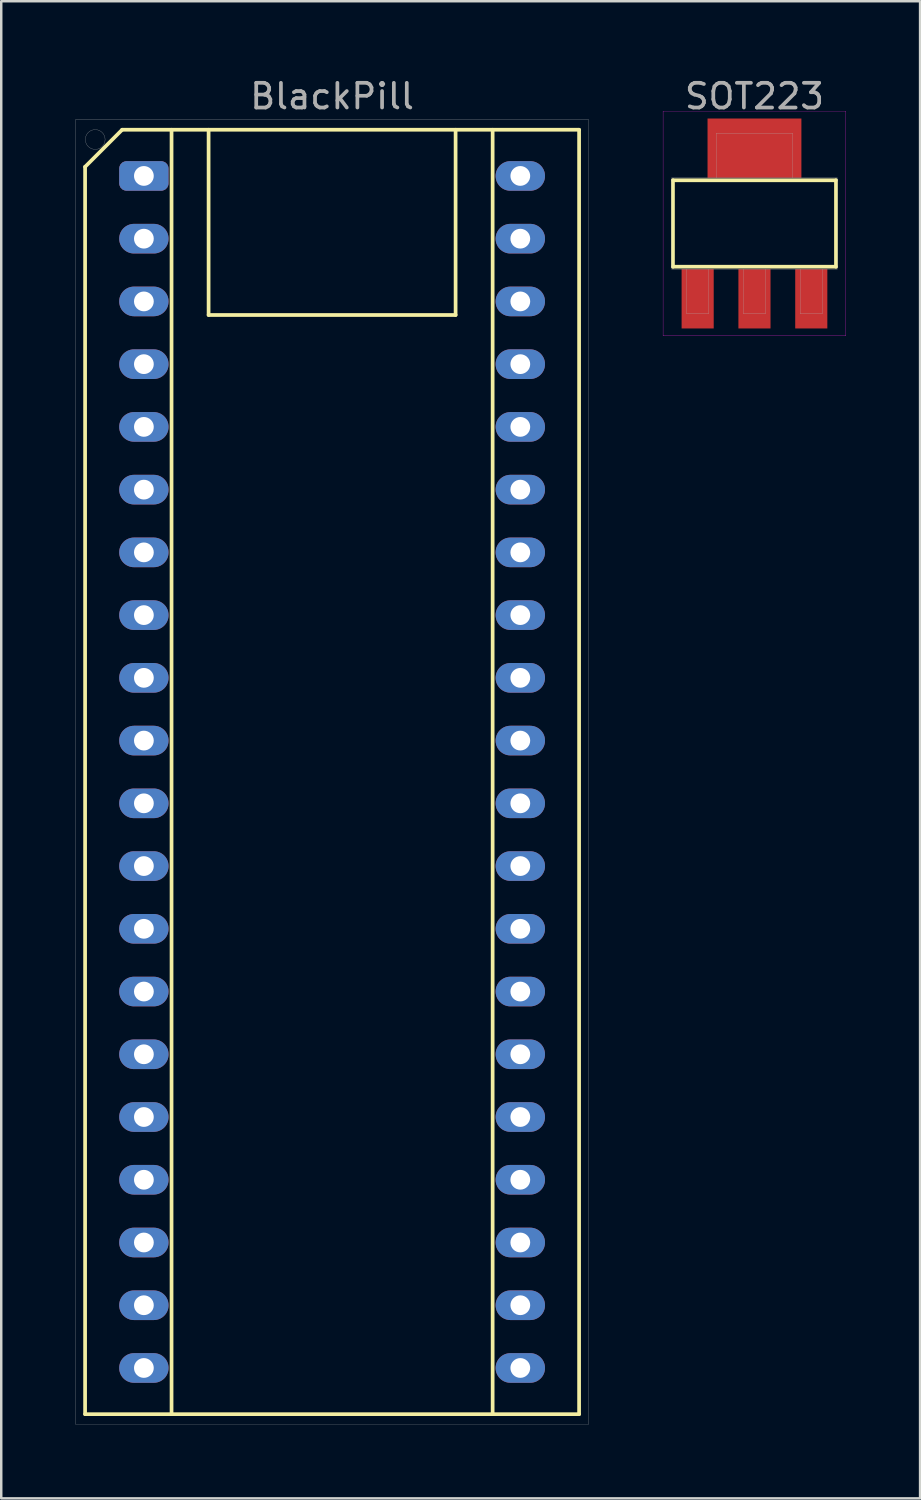
<source format=kicad_pcb>
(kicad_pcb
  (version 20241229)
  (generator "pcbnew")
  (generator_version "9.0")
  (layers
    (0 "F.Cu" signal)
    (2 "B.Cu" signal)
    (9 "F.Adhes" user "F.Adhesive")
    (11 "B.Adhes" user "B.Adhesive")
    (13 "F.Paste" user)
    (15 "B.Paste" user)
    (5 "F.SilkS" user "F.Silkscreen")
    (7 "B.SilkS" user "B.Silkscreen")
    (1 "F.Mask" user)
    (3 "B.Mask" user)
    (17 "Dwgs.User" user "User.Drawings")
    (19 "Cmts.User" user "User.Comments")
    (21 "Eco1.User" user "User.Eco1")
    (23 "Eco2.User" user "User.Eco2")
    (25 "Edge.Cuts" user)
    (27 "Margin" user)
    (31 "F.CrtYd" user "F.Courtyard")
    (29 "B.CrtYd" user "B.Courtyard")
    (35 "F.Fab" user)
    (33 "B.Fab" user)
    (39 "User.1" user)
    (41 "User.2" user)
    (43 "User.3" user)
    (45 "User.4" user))
  (footprint "SOT223"
    (layer "F.Cu")
    (at 27.495 9.048)
    (property "Reference" "SOT223" (at 0 -8.2 180) (layer "F.Fab") (effects (font (size 1 1) (thickness 0.15))))
    (attr through_hole)
    (fp_line (start -3.3 -4.8) (end -3.3 -1.3) (stroke (width 0.15) (type solid)) (layer "F.SilkS"))
    (fp_line (start -3.3 -1.3) (end 3.3 -1.3) (stroke (width 0.15) (type solid)) (layer "F.SilkS"))
    (fp_line (start 3.3 -4.8) (end -3.3 -4.8) (stroke (width 0.15) (type solid)) (layer "F.SilkS"))
    (fp_line (start 3.3 -1.3) (end 3.3 -4.8) (stroke (width 0.15) (type solid)) (layer "F.SilkS"))
    (fp_line (start -3.7 -7.6) (end -3.7 1.5) (stroke (width 0.01) (type solid)) (layer "F.CrtYd"))
    (fp_line (start -3.7 1.5) (end 3.7 1.5) (stroke (width 0.01) (type solid)) (layer "F.CrtYd"))
    (fp_line (start 3.7 -7.6) (end -3.7 -7.6) (stroke (width 0.01) (type solid)) (layer "F.CrtYd"))
    (fp_line (start 3.7 1.5) (end 3.7 -7.6) (stroke (width 0.01) (type solid)) (layer "F.CrtYd"))
    (fp_line (start -3.35 -4.9) (end 3.35 -4.9) (stroke (width 0.01) (type solid)) (layer "F.Fab"))
    (fp_line (start -3.35 -1.2) (end -3.35 -4.9) (stroke (width 0.01) (type solid)) (layer "F.Fab"))
    (fp_line (start -2.75 -1.2) (end -2.75 0.6) (stroke (width 0.01) (type solid)) (layer "F.Fab"))
    (fp_line (start -2.75 0.6) (end -1.85 0.6) (stroke (width 0.01) (type solid)) (layer "F.Fab"))
    (fp_line (start -1.85 0.6) (end -1.85 -1.2) (stroke (width 0.01) (type solid)) (layer "F.Fab"))
    (fp_line (start -1.55 -6.7) (end 1.55 -6.7) (stroke (width 0.01) (type solid)) (layer "F.Fab"))
    (fp_line (start -1.55 -4.9) (end -1.55 -6.7) (stroke (width 0.01) (type solid)) (layer "F.Fab"))
    (fp_line (start -0.45 -1.2) (end -0.45 0.6) (stroke (width 0.01) (type solid)) (layer "F.Fab"))
    (fp_line (start -0.45 0.6) (end 0.45 0.6) (stroke (width 0.01) (type solid)) (layer "F.Fab"))
    (fp_line (start 0.45 0.6) (end 0.45 -1.2) (stroke (width 0.01) (type solid)) (layer "F.Fab"))
    (fp_line (start 1.55 -6.7) (end 1.55 -4.9) (stroke (width 0.01) (type solid)) (layer "F.Fab"))
    (fp_line (start 1.85 -1.2) (end 1.85 0.6) (stroke (width 0.01) (type solid)) (layer "F.Fab"))
    (fp_line (start 1.85 0.6) (end 2.75 0.6) (stroke (width 0.01) (type solid)) (layer "F.Fab"))
    (fp_line (start 2.75 0.6) (end 2.75 -1.2) (stroke (width 0.01) (type solid)) (layer "F.Fab"))
    (fp_line (start 3.35 -4.9) (end 3.35 -1.2) (stroke (width 0.01) (type solid)) (layer "F.Fab"))
    (fp_line (start 3.35 -1.2) (end -3.35 -1.2) (stroke (width 0.01) (type solid)) (layer "F.Fab"))
    (pad "1" smd rect (at -2.3 0) (size 1.3 2.4) (layers "F.Cu" "F.Mask" "F.Paste"))
    (pad "2" smd rect (at 0 -6.1) (size 3.8 2.4) (layers "F.Cu" "F.Mask" "F.Paste"))
    (pad "2" smd rect (at 0 0) (size 1.3 2.4) (layers "F.Cu" "F.Mask" "F.Paste"))
    (pad "3" smd rect (at 2.3 0) (size 1.3 2.4) (layers "F.Cu" "F.Mask" "F.Paste")))
  (footprint "BlackPill"
    (layer "F.Cu")
    (at 10.395 28.203)
    (property "Reference" "BlackPill" (at 0 -27.355 0) (layer "F.Fab") (effects (font (size 1 1) (thickness 0.15))))
    (attr through_hole)
    (fp_line (start -10 -24.5) (end -8.5 -26) (stroke (width 0.15) (type solid)) (layer "F.SilkS"))
    (fp_line (start -10 26) (end -10 -24.5) (stroke (width 0.15) (type solid)) (layer "F.SilkS"))
    (fp_line (start -8.5 -26) (end 10 -26) (stroke (width 0.15) (type solid)) (layer "F.SilkS"))
    (fp_line (start -6.5 -26) (end -6.5 26) (stroke (width 0.15) (type solid)) (layer "F.SilkS"))
    (fp_line (start -5 -26) (end -5 -18.5) (stroke (width 0.15) (type solid)) (layer "F.SilkS"))
    (fp_line (start -5 -18.5) (end 5 -18.5) (stroke (width 0.15) (type solid)) (layer "F.SilkS"))
    (fp_line (start 5 -18.5) (end 5 -26) (stroke (width 0.15) (type solid)) (layer "F.SilkS"))
    (fp_line (start 6.5 26) (end 6.5 -26) (stroke (width 0.15) (type solid)) (layer "F.SilkS"))
    (fp_line (start 10 -26) (end 10 26) (stroke (width 0.15) (type solid)) (layer "F.SilkS"))
    (fp_line (start 10 26) (end -10 26) (stroke (width 0.15) (type solid)) (layer "F.SilkS"))
    (fp_line (start -10.39 -26.405) (end 10.39 -26.405) (stroke (width 0.01) (type solid)) (layer "F.Fab"))
    (fp_line (start -10.39 26.405) (end -10.39 -26.405) (stroke (width 0.01) (type solid)) (layer "F.Fab"))
    (fp_line (start 10.39 -26.405) (end 10.39 26.405) (stroke (width 0.01) (type solid)) (layer "F.Fab"))
    (fp_line (start 10.39 26.405) (end -10.39 26.405) (stroke (width 0.01) (type solid)) (layer "F.Fab"))
    (fp_circle (center -9.59 -25.605) (end -9.59 -25.205) (stroke (width 0.01) (type solid)) (fill no) (layer "F.Fab"))
    (pad "1" thru_hole roundrect (at -7.62 -24.13) (size 2 1.2) (drill 0.8) (layers "*.Cu" "*.Mask") (roundrect_rratio 0.25))
    (pad "2" thru_hole oval (at -7.62 -21.59) (size 2 1.2) (drill 0.8) (layers "*.Cu" "*.Mask"))
    (pad "3" thru_hole oval (at -7.62 -19.05) (size 2 1.2) (drill 0.8) (layers "*.Cu" "*.Mask"))
    (pad "4" thru_hole oval (at -7.62 -16.51) (size 2 1.2) (drill 0.8) (layers "*.Cu" "*.Mask"))
    (pad "5" thru_hole oval (at -7.62 -13.97) (size 2 1.2) (drill 0.8) (layers "*.Cu" "*.Mask"))
    (pad "6" thru_hole oval (at -7.62 -11.43) (size 2 1.2) (drill 0.8) (layers "*.Cu" "*.Mask"))
    (pad "7" thru_hole oval (at -7.62 -8.89) (size 2 1.2) (drill 0.8) (layers "*.Cu" "*.Mask"))
    (pad "8" thru_hole oval (at -7.62 -6.35) (size 2 1.2) (drill 0.8) (layers "*.Cu" "*.Mask"))
    (pad "9" thru_hole oval (at -7.62 -3.81) (size 2 1.2) (drill 0.8) (layers "*.Cu" "*.Mask"))
    (pad "10" thru_hole oval (at -7.62 -1.27) (size 2 1.2) (drill 0.8) (layers "*.Cu" "*.Mask"))
    (pad "11" thru_hole oval (at -7.62 1.27) (size 2 1.2) (drill 0.8) (layers "*.Cu" "*.Mask"))
    (pad "12" thru_hole oval (at -7.62 3.81) (size 2 1.2) (drill 0.8) (layers "*.Cu" "*.Mask"))
    (pad "13" thru_hole oval (at -7.62 6.35) (size 2 1.2) (drill 0.8) (layers "*.Cu" "*.Mask"))
    (pad "14" thru_hole oval (at -7.62 8.89) (size 2 1.2) (drill 0.8) (layers "*.Cu" "*.Mask"))
    (pad "15" thru_hole oval (at -7.62 11.43) (size 2 1.2) (drill 0.8) (layers "*.Cu" "*.Mask"))
    (pad "16" thru_hole oval (at -7.62 13.97) (size 2 1.2) (drill 0.8) (layers "*.Cu" "*.Mask"))
    (pad "17" thru_hole oval (at -7.62 16.51) (size 2 1.2) (drill 0.8) (layers "*.Cu" "*.Mask"))
    (pad "18" thru_hole oval (at -7.62 19.05) (size 2 1.2) (drill 0.8) (layers "*.Cu" "*.Mask"))
    (pad "19" thru_hole oval (at -7.62 21.59) (size 2 1.2) (drill 0.8) (layers "*.Cu" "*.Mask"))
    (pad "20" thru_hole oval (at -7.62 24.13) (size 2 1.2) (drill 0.8) (layers "*.Cu" "*.Mask"))
    (pad "21" thru_hole oval (at 7.62 24.13) (size 2 1.2) (drill 0.8) (layers "*.Cu" "*.Mask"))
    (pad "22" thru_hole oval (at 7.62 21.59) (size 2 1.2) (drill 0.8) (layers "*.Cu" "*.Mask"))
    (pad "23" thru_hole oval (at 7.62 19.05) (size 2 1.2) (drill 0.8) (layers "*.Cu" "*.Mask"))
    (pad "24" thru_hole oval (at 7.62 16.51) (size 2 1.2) (drill 0.8) (layers "*.Cu" "*.Mask"))
    (pad "25" thru_hole oval (at 7.62 13.97) (size 2 1.2) (drill 0.8) (layers "*.Cu" "*.Mask"))
    (pad "26" thru_hole oval (at 7.62 11.43) (size 2 1.2) (drill 0.8) (layers "*.Cu" "*.Mask"))
    (pad "27" thru_hole oval (at 7.62 8.89) (size 2 1.2) (drill 0.8) (layers "*.Cu" "*.Mask"))
    (pad "28" thru_hole oval (at 7.62 6.35) (size 2 1.2) (drill 0.8) (layers "*.Cu" "*.Mask"))
    (pad "29" thru_hole oval (at 7.62 3.81) (size 2 1.2) (drill 0.8) (layers "*.Cu" "*.Mask"))
    (pad "30" thru_hole oval (at 7.62 1.27) (size 2 1.2) (drill 0.8) (layers "*.Cu" "*.Mask"))
    (pad "31" thru_hole oval (at 7.62 -1.27) (size 2 1.2) (drill 0.8) (layers "*.Cu" "*.Mask"))
    (pad "32" thru_hole oval (at 7.62 -3.81) (size 2 1.2) (drill 0.8) (layers "*.Cu" "*.Mask"))
    (pad "33" thru_hole oval (at 7.62 -6.35) (size 2 1.2) (drill 0.8) (layers "*.Cu" "*.Mask"))
    (pad "34" thru_hole oval (at 7.62 -8.89) (size 2 1.2) (drill 0.8) (layers "*.Cu" "*.Mask"))
    (pad "35" thru_hole oval (at 7.62 -11.43) (size 2 1.2) (drill 0.8) (layers "*.Cu" "*.Mask"))
    (pad "36" thru_hole oval (at 7.62 -13.97) (size 2 1.2) (drill 0.8) (layers "*.Cu" "*.Mask"))
    (pad "37" thru_hole oval (at 7.62 -16.51) (size 2 1.2) (drill 0.8) (layers "*.Cu" "*.Mask"))
    (pad "38" thru_hole oval (at 7.62 -19.05) (size 2 1.2) (drill 0.8) (layers "*.Cu" "*.Mask"))
    (pad "39" thru_hole oval (at 7.62 -21.59) (size 2 1.2) (drill 0.8) (layers "*.Cu" "*.Mask"))
    (pad "40" thru_hole oval (at 7.62 -24.13) (size 2 1.2) (drill 0.8) (layers "*.Cu" "*.Mask")))
  (gr_rect
    (start -3 -3)
    (end 34.2 57.613)
    (stroke (width 0.1) (type default))
    (fill no)
    (layer "Edge.Cuts")))
</source>
